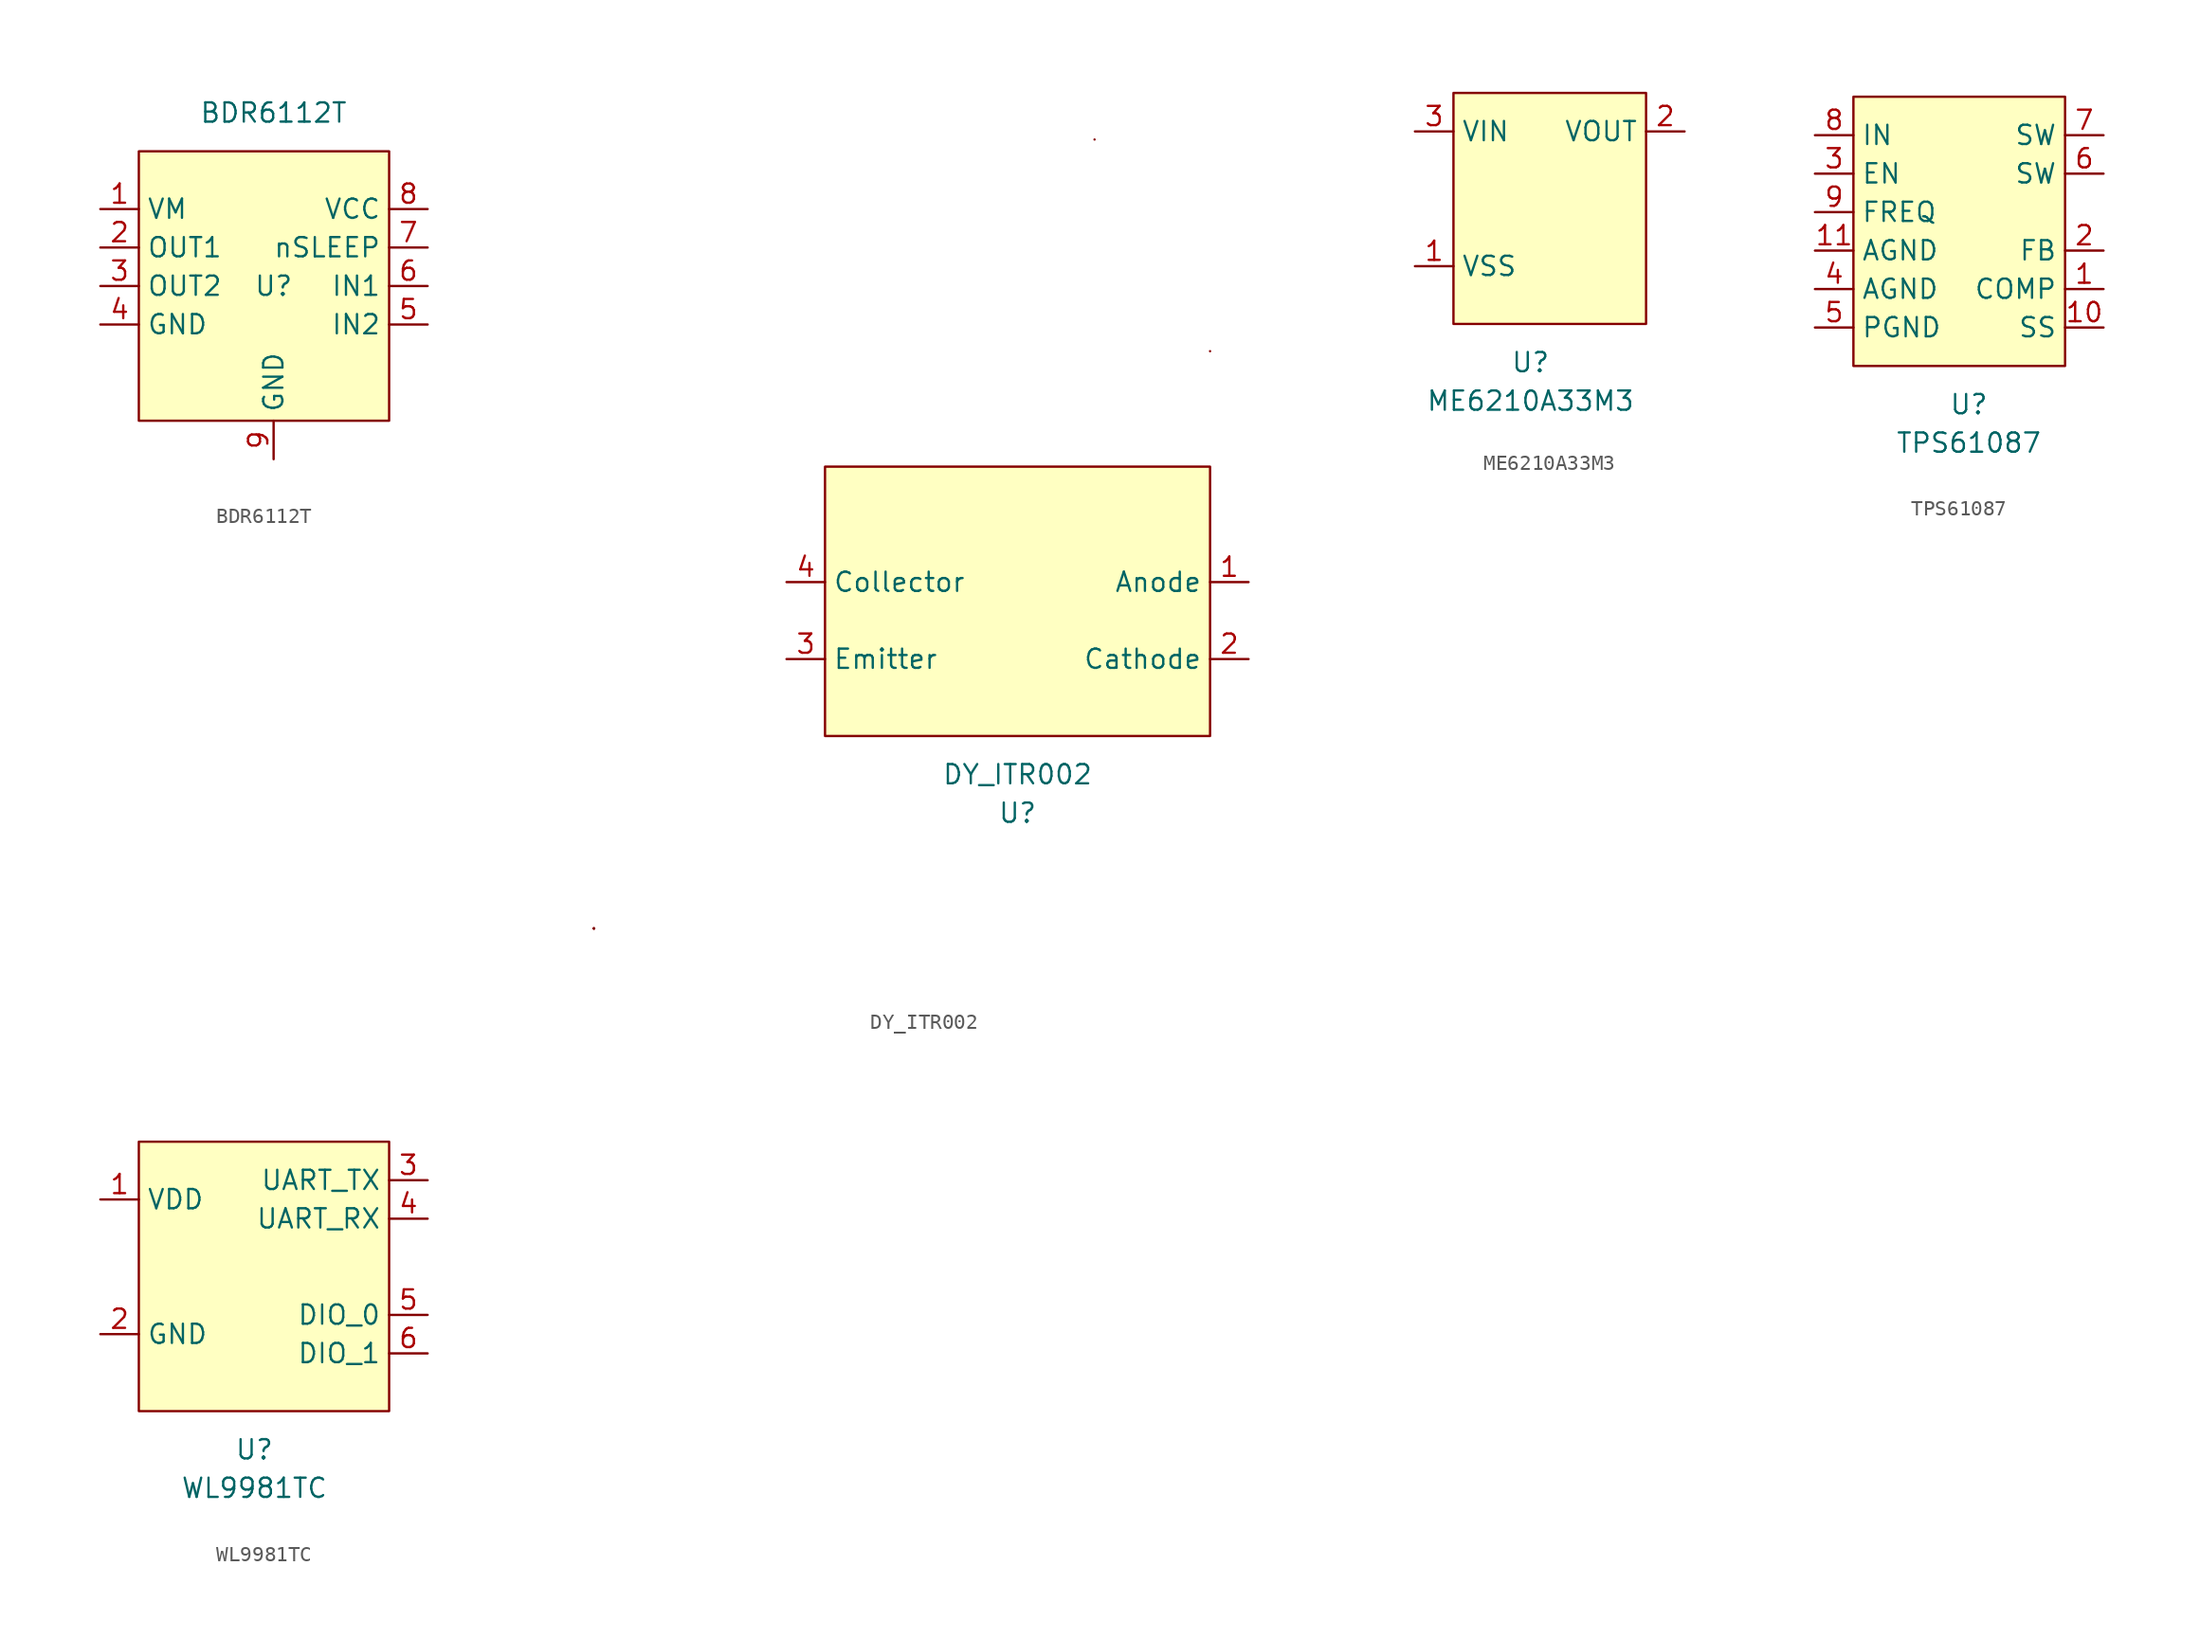
<source format=kicad_sym>
(kicad_symbol_lib
  (version 20211014)
  (generator kicad_symbol_editor)
  (symbol "BDR6112T"
    (property "Reference" "U"
      (at 0 0 0)
      (effects (font (size 1.27 1.27))))
    (property "Value" "BDR6112T"
      (at 0 11.43 0)
      (effects (font (size 1.27 1.27))))
    (symbol "BDR6112T_0_1"
      (rectangle (start -8.89 8.89) (end 7.62 -8.89) (stroke (width 0) (type default) (color 0 0 0 0)) (fill (type background))))
    (symbol "BDR6112T_1_1"
      (pin input line (at -11.43 5.08 0) (length 2.54) (name "VM" (effects (font (size 1.27 1.27)))) (number "1" (effects (font (size 1.27 1.27)))))
      (pin bidirectional line (at -11.43 2.54 0) (length 2.54) (name "OUT1" (effects (font (size 1.27 1.27)))) (number "2" (effects (font (size 1.27 1.27)))))
      (pin bidirectional line (at -11.43 0 0) (length 2.54) (name "OUT2" (effects (font (size 1.27 1.27)))) (number "3" (effects (font (size 1.27 1.27)))))
      (pin power_in line (at -11.43 -2.54 0) (length 2.54) (name "GND" (effects (font (size 1.27 1.27)))) (number "4" (effects (font (size 1.27 1.27)))))
      (pin input line (at 10.16 -2.54 180) (length 2.54) (name "IN2" (effects (font (size 1.27 1.27)))) (number "5" (effects (font (size 1.27 1.27)))))
      (pin input line (at 10.16 0 180) (length 2.54) (name "IN1" (effects (font (size 1.27 1.27)))) (number "6" (effects (font (size 1.27 1.27)))))
      (pin input line (at 10.16 2.54 180) (length 2.54) (name "nSLEEP" (effects (font (size 1.27 1.27)))) (number "7" (effects (font (size 1.27 1.27)))))
      (pin power_in line (at 10.16 5.08 180) (length 2.54) (name "VCC" (effects (font (size 1.27 1.27)))) (number "8" (effects (font (size 1.27 1.27)))))
      (pin power_in line (at 0 -11.43 90) (length 2.54) (name "GND" (effects (font (size 1.27 1.27)))) (number "9" (effects (font (size 1.27 1.27)))))))
  (symbol "DY_ITR002"
    (property "Reference" "U"
      (at 0 0 0)
      (effects (font (size 1.27 1.27))))
    (property "Value" "DY_ITR002"
      (at 0 2.54 0)
      (effects (font (size 1.27 1.27))))
    (symbol "DY_ITR002_0_0"
      (pin passive line (at 15.24 15.24 180) (length 2.54) (name "Anode" (effects (font (size 1.27 1.27)))) (number "1" (effects (font (size 1.27 1.27)))))
      (pin passive line (at 15.24 10.16 180) (length 2.54) (name "Cathode" (effects (font (size 1.27 1.27)))) (number "2" (effects (font (size 1.27 1.27)))))
      (pin passive line (at -15.24 10.16 0) (length 2.54) (name "Emitter" (effects (font (size 1.27 1.27)))) (number "3" (effects (font (size 1.27 1.27)))))
      (pin passive line (at -15.24 15.24 0) (length 2.54) (name "Collector" (effects (font (size 1.27 1.27)))) (number "4" (effects (font (size 1.27 1.27))))))
    (symbol "DY_ITR002_0_1"
      (rectangle (start -27.94 -7.62) (end -27.94 -7.62) (stroke (width 0) (type default) (color 0 0 0 0)) (fill (type none)))
      (rectangle (start -27.94 -7.62) (end -27.94 -7.62) (stroke (width 0) (type default) (color 0 0 0 0)) (fill (type none)))
      (rectangle (start -27.94 -7.62) (end -27.94 -7.62) (stroke (width 0) (type default) (color 0 0 0 0)) (fill (type none)))
      (rectangle (start -27.94 -7.62) (end -27.94 -7.62) (stroke (width 0) (type default) (color 0 0 0 0)) (fill (type none)))
      (rectangle (start -27.94 -7.62) (end -27.94 -7.62) (stroke (width 0) (type default) (color 0 0 0 0)) (fill (type none)))
      (rectangle (start -27.94 -7.62) (end -27.94 -7.62) (stroke (width 0) (type default) (color 0 0 0 0)) (fill (type none)))
      (rectangle (start -27.94 -7.62) (end -27.94 -7.62) (stroke (width 0) (type default) (color 0 0 0 0)) (fill (type none)))
      (rectangle (start -27.94 -7.62) (end -27.94 -7.62) (stroke (width 0) (type default) (color 0 0 0 0)) (fill (type none)))
      (rectangle (start -12.7 22.86) (end 12.7 5.08) (stroke (width 0) (type default) (color 0 0 0 0)) (fill (type background)))
      (rectangle (start 5.08 44.45) (end 5.08 44.45) (stroke (width 0) (type default) (color 0 0 0 0)) (fill (type none)))
      (rectangle (start 12.7 30.48) (end 12.7 30.48) (stroke (width 0) (type default) (color 0 0 0 0)) (fill (type none)))))
  (symbol "ME6210A33M3"
    (property "Reference" "U"
      (at 0 -2.54 0)
      (effects (font (size 1.27 1.27))))
    (property "Value" "ME6210A33M3"
      (at 0 -5.08 0)
      (effects (font (size 1.27 1.27))))
    (symbol "ME6210A33M3_0_0"
      (pin power_in line (at -7.62 3.81 0) (length 2.54) (name "VSS" (effects (font (size 1.27 1.27)))) (number "1" (effects (font (size 1.27 1.27)))))
      (pin power_out line (at 10.16 12.7 180) (length 2.54) (name "VOUT" (effects (font (size 1.27 1.27)))) (number "2" (effects (font (size 1.27 1.27)))))
      (pin power_in line (at -7.62 12.7 0) (length 2.54) (name "VIN" (effects (font (size 1.27 1.27)))) (number "3" (effects (font (size 1.27 1.27))))))
    (symbol "ME6210A33M3_0_1"
      (rectangle (start -5.08 15.24) (end 7.62 0) (stroke (width 0) (type default) (color 0 0 0 0)) (fill (type background)))))
  (symbol "TPS61087"
    (property "Reference" "U"
      (at 0 0 0)
      (effects (font (size 1.27 1.27))))
    (property "Value" "TPS61087"
      (at 0 -2.54 0)
      (effects (font (size 1.27 1.27))))
    (symbol "TPS61087_0_0"
      (pin passive line (at 8.89 7.62 180) (length 2.54) (name "COMP" (effects (font (size 1.27 1.27)))) (number "1" (effects (font (size 1.27 1.27)))))
      (pin passive line (at 8.89 5.08 180) (length 2.54) (name "SS" (effects (font (size 1.27 1.27)))) (number "10" (effects (font (size 1.27 1.27)))))
      (pin power_in line (at -10.16 10.16 0) (length 2.54) (name "AGND" (effects (font (size 1.27 1.27)))) (number "11" (effects (font (size 1.27 1.27)))))
      (pin input line (at 8.89 10.16 180) (length 2.54) (name "FB" (effects (font (size 1.27 1.27)))) (number "2" (effects (font (size 1.27 1.27)))))
      (pin input line (at -10.16 15.24 0) (length 2.54) (name "EN" (effects (font (size 1.27 1.27)))) (number "3" (effects (font (size 1.27 1.27)))))
      (pin power_in line (at -10.16 7.62 0) (length 2.54) (name "AGND" (effects (font (size 1.27 1.27)))) (number "4" (effects (font (size 1.27 1.27)))))
      (pin power_in line (at -10.16 5.08 0) (length 2.54) (name "PGND" (effects (font (size 1.27 1.27)))) (number "5" (effects (font (size 1.27 1.27)))))
      (pin passive line (at 8.89 15.24 180) (length 2.54) (name "SW" (effects (font (size 1.27 1.27)))) (number "6" (effects (font (size 1.27 1.27)))))
      (pin output line (at 8.89 17.78 180) (length 2.54) (name "SW" (effects (font (size 1.27 1.27)))) (number "7" (effects (font (size 1.27 1.27)))))
      (pin power_in line (at -10.16 17.78 0) (length 2.54) (name "IN" (effects (font (size 1.27 1.27)))) (number "8" (effects (font (size 1.27 1.27)))))
      (pin input line (at -10.16 12.7 0) (length 2.54) (name "FREQ" (effects (font (size 1.27 1.27)))) (number "9" (effects (font (size 1.27 1.27))))))
    (symbol "TPS61087_0_1"
      (rectangle (start -7.62 20.32) (end 6.35 2.54) (stroke (width 0) (type default) (color 0 0 0 0)) (fill (type background)))))
  (symbol "WL9981TC"
    (property "Reference" "U"
      (at 0 0 0)
      (effects (font (size 1.27 1.27))))
    (property "Value" "WL9981TC"
      (at 0 -2.54 0)
      (effects (font (size 1.27 1.27))))
    (symbol "WL9981TC_0_0"
      (pin power_in line (at -10.16 16.51 0) (length 2.54) (name "VDD" (effects (font (size 1.27 1.27)))) (number "1" (effects (font (size 1.27 1.27)))))
      (pin power_in line (at -10.16 7.62 0) (length 2.54) (name "GND" (effects (font (size 1.27 1.27)))) (number "2" (effects (font (size 1.27 1.27)))))
      (pin output line (at 11.43 17.78 180) (length 2.54) (name "UART_TX" (effects (font (size 1.27 1.27)))) (number "3" (effects (font (size 1.27 1.27)))))
      (pin input line (at 11.43 15.24 180) (length 2.54) (name "UART_RX" (effects (font (size 1.27 1.27)))) (number "4" (effects (font (size 1.27 1.27)))))
      (pin bidirectional line (at 11.43 8.89 180) (length 2.54) (name "DIO_0" (effects (font (size 1.27 1.27)))) (number "5" (effects (font (size 1.27 1.27)))))
      (pin bidirectional line (at 11.43 6.35 180) (length 2.54) (name "DIO_1" (effects (font (size 1.27 1.27)))) (number "6" (effects (font (size 1.27 1.27))))))
    (symbol "WL9981TC_0_1"
      (rectangle (start -7.62 20.32) (end 8.89 2.54) (stroke (width 0) (type default) (color 0 0 0 0)) (fill (type background))))))
</source>
